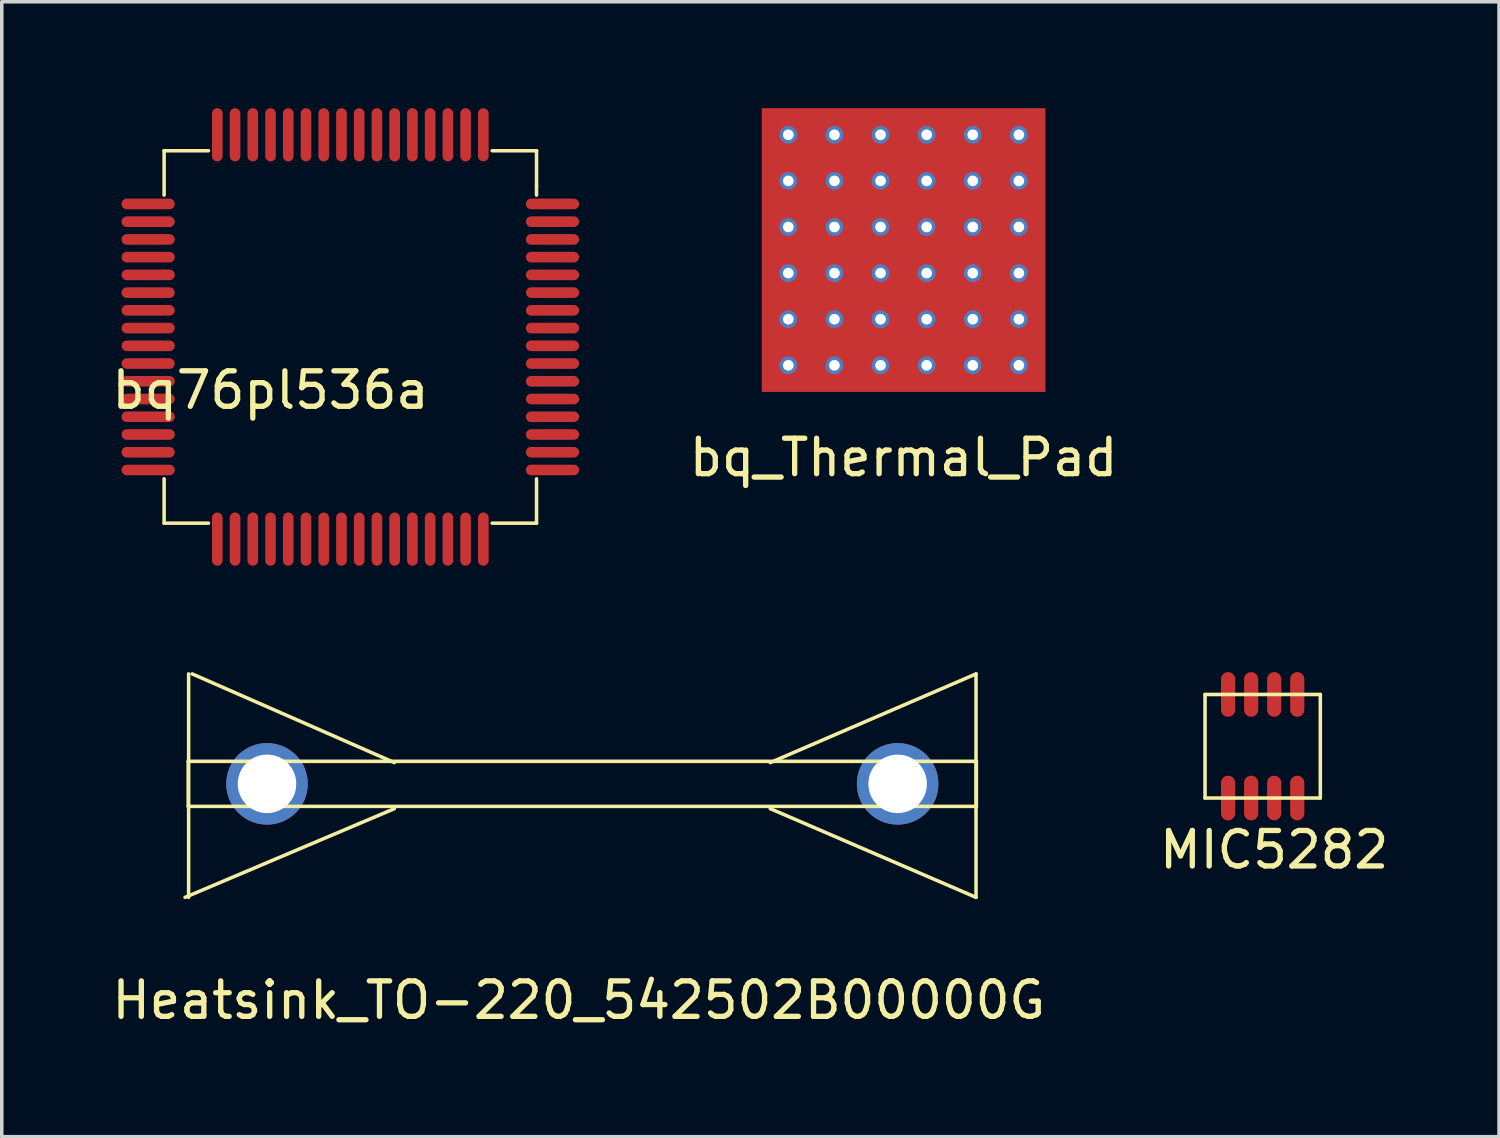
<source format=kicad_pcb>
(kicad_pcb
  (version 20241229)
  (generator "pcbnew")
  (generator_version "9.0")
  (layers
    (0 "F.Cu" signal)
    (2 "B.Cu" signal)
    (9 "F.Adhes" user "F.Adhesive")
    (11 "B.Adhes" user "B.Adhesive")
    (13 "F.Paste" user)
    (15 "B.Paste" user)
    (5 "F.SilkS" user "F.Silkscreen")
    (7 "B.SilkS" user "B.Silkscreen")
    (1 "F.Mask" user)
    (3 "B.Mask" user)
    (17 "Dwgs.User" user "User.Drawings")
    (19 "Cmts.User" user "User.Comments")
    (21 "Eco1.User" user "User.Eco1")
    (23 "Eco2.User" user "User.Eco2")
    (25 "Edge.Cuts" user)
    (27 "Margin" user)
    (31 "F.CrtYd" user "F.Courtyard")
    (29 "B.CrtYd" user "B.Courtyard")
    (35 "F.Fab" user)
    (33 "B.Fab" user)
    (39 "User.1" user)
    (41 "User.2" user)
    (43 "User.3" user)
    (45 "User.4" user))
  (footprint "bq_Thermal_Pad"
    (layer "F.Cu")
    (at 22.426 4)
    (property "Reference" "bq_Thermal_Pad" (at 0 5.85 0) (layer "F.SilkS") (effects (font (size 1 1) (thickness 0.15))))
    (attr through_hole)
    (pad "1" thru_hole circle (at -3.25 -3.25) (size 0.5 0.5) (drill 0.3) (layers "*.Cu" "*.Mask"))
    (pad "1" thru_hole circle (at -1.95 -3.25) (size 0.5 0.5) (drill 0.3) (layers "*.Cu" "*.Mask"))
    (pad "1" thru_hole circle (at -0.65 -3.25) (size 0.5 0.5) (drill 0.3) (layers "*.Cu" "*.Mask"))
    (pad "1" smd rect (at 0 0) (size 8 8) (layers "F.Cu" "F.Mask" "F.Paste"))
    (pad "1" thru_hole circle (at 0.65 -3.25) (size 0.5 0.5) (drill 0.3) (layers "*.Cu" "*.Mask"))
    (pad "1" thru_hole circle (at 1.95 -3.25) (size 0.5 0.5) (drill 0.3) (layers "*.Cu" "*.Mask"))
    (pad "12" thru_hole circle (at -3.25 -1.95) (size 0.5 0.5) (drill 0.3) (layers "*.Cu" "*.Mask"))
    (pad "13" thru_hole circle (at -3.25 -0.65) (size 0.5 0.5) (drill 0.3) (layers "*.Cu" "*.Mask"))
    (pad "14" thru_hole circle (at -3.25 0.65) (size 0.5 0.5) (drill 0.3) (layers "*.Cu" "*.Mask"))
    (pad "15" thru_hole circle (at -3.25 1.95) (size 0.5 0.5) (drill 0.3) (layers "*.Cu" "*.Mask"))
    (pad "16" thru_hole circle (at -3.25 3.25) (size 0.5 0.5) (drill 0.3) (layers "*.Cu" "*.Mask"))
    (pad "22" thru_hole circle (at -1.95 -1.95) (size 0.5 0.5) (drill 0.3) (layers "*.Cu" "*.Mask"))
    (pad "23" thru_hole circle (at -1.95 -0.65) (size 0.5 0.5) (drill 0.3) (layers "*.Cu" "*.Mask"))
    (pad "24" thru_hole circle (at -1.95 0.65) (size 0.5 0.5) (drill 0.3) (layers "*.Cu" "*.Mask"))
    (pad "25" thru_hole circle (at -1.95 1.95) (size 0.5 0.5) (drill 0.3) (layers "*.Cu" "*.Mask"))
    (pad "26" thru_hole circle (at -1.95 3.25) (size 0.5 0.5) (drill 0.3) (layers "*.Cu" "*.Mask"))
    (pad "32" thru_hole circle (at -0.65 -1.95) (size 0.5 0.5) (drill 0.3) (layers "*.Cu" "*.Mask"))
    (pad "33" thru_hole circle (at -0.65 -0.65) (size 0.5 0.5) (drill 0.3) (layers "*.Cu" "*.Mask"))
    (pad "34" thru_hole circle (at -0.65 0.65) (size 0.5 0.5) (drill 0.3) (layers "*.Cu" "*.Mask"))
    (pad "35" thru_hole circle (at -0.65 1.95) (size 0.5 0.5) (drill 0.3) (layers "*.Cu" "*.Mask"))
    (pad "36" thru_hole circle (at -0.65 3.25) (size 0.5 0.5) (drill 0.3) (layers "*.Cu" "*.Mask"))
    (pad "42" thru_hole circle (at 0.65 -1.95) (size 0.5 0.5) (drill 0.3) (layers "*.Cu" "*.Mask"))
    (pad "43" thru_hole circle (at 0.65 -0.65) (size 0.5 0.5) (drill 0.3) (layers "*.Cu" "*.Mask"))
    (pad "44" thru_hole circle (at 0.65 0.65) (size 0.5 0.5) (drill 0.3) (layers "*.Cu" "*.Mask"))
    (pad "45" thru_hole circle (at 0.65 1.95) (size 0.5 0.5) (drill 0.3) (layers "*.Cu" "*.Mask"))
    (pad "46" thru_hole circle (at 0.65 3.25) (size 0.5 0.5) (drill 0.3) (layers "*.Cu" "*.Mask"))
    (pad "52" thru_hole circle (at 1.95 -1.95) (size 0.5 0.5) (drill 0.3) (layers "*.Cu" "*.Mask"))
    (pad "53" thru_hole circle (at 1.95 -0.65) (size 0.5 0.5) (drill 0.3) (layers "*.Cu" "*.Mask"))
    (pad "54" thru_hole circle (at 1.95 0.65) (size 0.5 0.5) (drill 0.3) (layers "*.Cu" "*.Mask"))
    (pad "55" thru_hole circle (at 1.95 1.95) (size 0.5 0.5) (drill 0.3) (layers "*.Cu" "*.Mask"))
    (pad "56" thru_hole circle (at 1.95 3.25) (size 0.5 0.5) (drill 0.3) (layers "*.Cu" "*.Mask"))
    (pad "61" thru_hole circle (at 3.25 -3.25) (size 0.5 0.5) (drill 0.3) (layers "*.Cu" "*.Mask"))
    (pad "62" thru_hole circle (at 3.25 -1.95) (size 0.5 0.5) (drill 0.3) (layers "*.Cu" "*.Mask"))
    (pad "63" thru_hole circle (at 3.25 -0.65) (size 0.5 0.5) (drill 0.3) (layers "*.Cu" "*.Mask"))
    (pad "64" thru_hole circle (at 3.25 0.65) (size 0.5 0.5) (drill 0.3) (layers "*.Cu" "*.Mask"))
    (pad "65" thru_hole circle (at 3.25 1.95) (size 0.5 0.5) (drill 0.3) (layers "*.Cu" "*.Mask"))
    (pad "66" thru_hole circle (at 3.25 3.25) (size 0.5 0.5) (drill 0.3) (layers "*.Cu" "*.Mask")))
  (footprint "bq76pl536a"
    (layer "F.Cu")
    (at 6.827 6.45)
    (property "Reference" "bq76pl536a" (at -2.25 1.5 0) (layer "F.SilkS") (effects (font (size 1 1) (thickness 0.15))))
    (attr through_hole)
    (fp_line (start -5.25 -5.25) (end -5.25 -4) (stroke (width 0.1) (type solid)) (layer "F.SilkS"))
    (fp_line (start -5.25 5.25) (end -5.25 4) (stroke (width 0.1) (type solid)) (layer "F.SilkS"))
    (fp_line (start -4 -5.25) (end -5.25 -5.25) (stroke (width 0.1) (type solid)) (layer "F.SilkS"))
    (fp_line (start -4 5.25) (end -5.25 5.25) (stroke (width 0.1) (type solid)) (layer "F.SilkS"))
    (fp_line (start 4 -5.25) (end 5.25 -5.25) (stroke (width 0.1) (type solid)) (layer "F.SilkS"))
    (fp_line (start 5.25 -4.25) (end 5.25 -5.25) (stroke (width 0.1) (type solid)) (layer "F.SilkS"))
    (fp_line (start 5.25 -4.25) (end 5.25 -4) (stroke (width 0.1) (type solid)) (layer "F.SilkS"))
    (fp_line (start 5.25 4) (end 5.25 5.25) (stroke (width 0.1) (type solid)) (layer "F.SilkS"))
    (fp_line (start 5.25 5.25) (end 4 5.25) (stroke (width 0.1) (type solid)) (layer "F.SilkS"))
    (pad "1" smd oval (at -5.7 -3.75) (size 1.5 0.3) (layers "F.Cu" "F.Mask" "F.Paste"))
    (pad "2" smd oval (at -5.7 -3.25) (size 1.5 0.3) (layers "F.Cu" "F.Mask" "F.Paste"))
    (pad "3" smd oval (at -5.7 -2.75) (size 1.5 0.3) (layers "F.Cu" "F.Mask" "F.Paste"))
    (pad "4" smd oval (at -5.7 -2.25) (size 1.5 0.3) (layers "F.Cu" "F.Mask" "F.Paste"))
    (pad "5" smd oval (at -5.7 -1.75) (size 1.5 0.3) (layers "F.Cu" "F.Mask" "F.Paste"))
    (pad "6" smd oval (at -5.7 -1.25) (size 1.5 0.3) (layers "F.Cu" "F.Mask" "F.Paste"))
    (pad "7" smd oval (at -5.7 -0.75) (size 1.5 0.3) (layers "F.Cu" "F.Mask" "F.Paste"))
    (pad "8" smd oval (at -5.7 -0.25) (size 1.5 0.3) (layers "F.Cu" "F.Mask" "F.Paste"))
    (pad "9" smd oval (at -5.7 0.25) (size 1.5 0.3) (layers "F.Cu" "F.Mask" "F.Paste"))
    (pad "10" smd oval (at -5.7 0.75) (size 1.5 0.3) (layers "F.Cu" "F.Mask" "F.Paste"))
    (pad "11" smd oval (at -5.7 1.25) (size 1.5 0.3) (layers "F.Cu" "F.Mask" "F.Paste"))
    (pad "12" smd oval (at -5.7 1.75) (size 1.5 0.3) (layers "F.Cu" "F.Mask" "F.Paste"))
    (pad "13" smd oval (at -5.7 2.25) (size 1.5 0.3) (layers "F.Cu" "F.Mask" "F.Paste"))
    (pad "14" smd oval (at -5.7 2.75) (size 1.5 0.3) (layers "F.Cu" "F.Mask" "F.Paste"))
    (pad "15" smd oval (at -5.7 3.25) (size 1.5 0.3) (layers "F.Cu" "F.Mask" "F.Paste"))
    (pad "16" smd oval (at -5.7 3.75) (size 1.5 0.3) (layers "F.Cu" "F.Mask" "F.Paste"))
    (pad "17" smd oval (at -3.75 5.7) (size 0.3 1.5) (layers "F.Cu" "F.Mask" "F.Paste"))
    (pad "18" smd oval (at -3.25 5.7) (size 0.3 1.5) (layers "F.Cu" "F.Mask" "F.Paste"))
    (pad "19" smd oval (at -2.75 5.7) (size 0.3 1.5) (layers "F.Cu" "F.Mask" "F.Paste"))
    (pad "20" smd oval (at -2.25 5.7) (size 0.3 1.5) (layers "F.Cu" "F.Mask" "F.Paste"))
    (pad "21" smd oval (at -1.75 5.7) (size 0.3 1.5) (layers "F.Cu" "F.Mask" "F.Paste"))
    (pad "22" smd oval (at -1.25 5.7) (size 0.3 1.5) (layers "F.Cu" "F.Mask" "F.Paste"))
    (pad "23" smd oval (at -0.75 5.7) (size 0.3 1.5) (layers "F.Cu" "F.Mask" "F.Paste"))
    (pad "24" smd oval (at -0.25 5.7) (size 0.3 1.5) (layers "F.Cu" "F.Mask" "F.Paste"))
    (pad "25" smd oval (at 0.25 5.7) (size 0.3 1.5) (layers "F.Cu" "F.Mask" "F.Paste"))
    (pad "26" smd oval (at 0.75 5.7) (size 0.3 1.5) (layers "F.Cu" "F.Mask" "F.Paste"))
    (pad "27" smd oval (at 1.25 5.7) (size 0.3 1.5) (layers "F.Cu" "F.Mask" "F.Paste"))
    (pad "28" smd oval (at 1.75 5.7) (size 0.3 1.5) (layers "F.Cu" "F.Mask" "F.Paste"))
    (pad "29" smd oval (at 2.25 5.7) (size 0.3 1.5) (layers "F.Cu" "F.Mask" "F.Paste"))
    (pad "30" smd oval (at 2.75 5.7) (size 0.3 1.5) (layers "F.Cu" "F.Mask" "F.Paste"))
    (pad "31" smd oval (at 3.25 5.7) (size 0.3 1.5) (layers "F.Cu" "F.Mask" "F.Paste"))
    (pad "32" smd oval (at 3.75 5.7) (size 0.3 1.5) (layers "F.Cu" "F.Mask" "F.Paste"))
    (pad "33" smd oval (at 5.7 3.75) (size 1.5 0.3) (layers "F.Cu" "F.Mask" "F.Paste"))
    (pad "34" smd oval (at 5.7 3.25) (size 1.5 0.3) (layers "F.Cu" "F.Mask" "F.Paste"))
    (pad "35" smd oval (at 5.7 2.75) (size 1.5 0.3) (layers "F.Cu" "F.Mask" "F.Paste"))
    (pad "36" smd oval (at 5.7 2.25) (size 1.5 0.3) (layers "F.Cu" "F.Mask" "F.Paste"))
    (pad "37" smd oval (at 5.7 1.75) (size 1.5 0.3) (layers "F.Cu" "F.Mask" "F.Paste"))
    (pad "38" smd oval (at 5.7 1.25) (size 1.5 0.3) (layers "F.Cu" "F.Mask" "F.Paste"))
    (pad "39" smd oval (at 5.7 0.75) (size 1.5 0.3) (layers "F.Cu" "F.Mask" "F.Paste"))
    (pad "40" smd oval (at 5.7 0.25) (size 1.5 0.3) (layers "F.Cu" "F.Mask" "F.Paste"))
    (pad "41" smd oval (at 5.7 -0.25) (size 1.5 0.3) (layers "F.Cu" "F.Mask" "F.Paste"))
    (pad "42" smd oval (at 5.7 -0.75) (size 1.5 0.3) (layers "F.Cu" "F.Mask" "F.Paste"))
    (pad "43" smd oval (at 5.7 -1.25) (size 1.5 0.3) (layers "F.Cu" "F.Mask" "F.Paste"))
    (pad "44" smd oval (at 5.7 -1.75) (size 1.5 0.3) (layers "F.Cu" "F.Mask" "F.Paste"))
    (pad "45" smd oval (at 5.7 -2.25) (size 1.5 0.3) (layers "F.Cu" "F.Mask" "F.Paste"))
    (pad "46" smd oval (at 5.7 -2.75) (size 1.5 0.3) (layers "F.Cu" "F.Mask" "F.Paste"))
    (pad "47" smd oval (at 5.7 -3.25) (size 1.5 0.3) (layers "F.Cu" "F.Mask" "F.Paste"))
    (pad "48" smd oval (at 5.7 -3.75) (size 1.5 0.3) (layers "F.Cu" "F.Mask" "F.Paste"))
    (pad "49" smd oval (at 3.75 -5.7) (size 0.3 1.5) (layers "F.Cu" "F.Mask" "F.Paste"))
    (pad "50" smd oval (at 3.25 -5.7) (size 0.3 1.5) (layers "F.Cu" "F.Mask" "F.Paste"))
    (pad "51" smd oval (at 2.75 -5.7) (size 0.3 1.5) (layers "F.Cu" "F.Mask" "F.Paste"))
    (pad "52" smd oval (at 2.25 -5.7) (size 0.3 1.5) (layers "F.Cu" "F.Mask" "F.Paste"))
    (pad "53" smd oval (at 1.75 -5.7) (size 0.3 1.5) (layers "F.Cu" "F.Mask" "F.Paste"))
    (pad "54" smd oval (at 1.25 -5.7) (size 0.3 1.5) (layers "F.Cu" "F.Mask" "F.Paste"))
    (pad "55" smd oval (at 0.75 -5.7) (size 0.3 1.5) (layers "F.Cu" "F.Mask" "F.Paste"))
    (pad "56" smd oval (at 0.25 -5.7) (size 0.3 1.5) (layers "F.Cu" "F.Mask" "F.Paste"))
    (pad "57" smd oval (at -0.25 -5.7) (size 0.3 1.5) (layers "F.Cu" "F.Mask" "F.Paste"))
    (pad "58" smd oval (at -0.75 -5.7) (size 0.3 1.5) (layers "F.Cu" "F.Mask" "F.Paste"))
    (pad "59" smd oval (at -1.25 -5.7) (size 0.3 1.5) (layers "F.Cu" "F.Mask" "F.Paste"))
    (pad "60" smd oval (at -1.75 -5.7) (size 0.3 1.5) (layers "F.Cu" "F.Mask" "F.Paste"))
    (pad "61" smd oval (at -2.25 -5.7) (size 0.3 1.5) (layers "F.Cu" "F.Mask" "F.Paste"))
    (pad "62" smd oval (at -2.75 -5.7) (size 0.3 1.5) (layers "F.Cu" "F.Mask" "F.Paste"))
    (pad "63" smd oval (at -3.25 -5.7) (size 0.3 1.5) (layers "F.Cu" "F.Mask" "F.Paste"))
    (pad "64" smd oval (at -3.75 -5.7) (size 0.3 1.5) (layers "F.Cu" "F.Mask" "F.Paste")))
  (footprint "MIC5282"
    (layer "F.Cu")
    (at 32.55 17.99)
    (property "Reference" "MIC5282" (at 0.325 2.92 0) (layer "F.SilkS") (effects (font (size 1 1) (thickness 0.15))))
    (attr through_hole)
    (fp_line (start -1.625 -1.46) (end 1.625 -1.46) (stroke (width 0.1) (type solid)) (layer "F.SilkS"))
    (fp_line (start -1.625 1.46) (end -1.625 -1.46) (stroke (width 0.1) (type solid)) (layer "F.SilkS"))
    (fp_line (start 1.625 -1.46) (end 1.625 1.46) (stroke (width 0.1) (type solid)) (layer "F.SilkS"))
    (fp_line (start 1.625 1.46) (end -1.625 1.46) (stroke (width 0.1) (type solid)) (layer "F.SilkS"))
    (pad "1" smd oval (at -0.975 1.46) (size 0.4 1.26) (layers "F.Cu" "F.Mask" "F.Paste"))
    (pad "2" smd oval (at -0.325 1.46) (size 0.4 1.26) (layers "F.Cu" "F.Mask" "F.Paste"))
    (pad "3" smd oval (at 0.325 1.46) (size 0.4 1.26) (layers "F.Cu" "F.Mask" "F.Paste"))
    (pad "4" smd oval (at 0.975 1.46) (size 0.4 1.26) (layers "F.Cu" "F.Mask" "F.Paste"))
    (pad "5" smd oval (at 0.975 -1.46) (size 0.4 1.26) (layers "F.Cu" "F.Mask" "F.Paste"))
    (pad "6" smd oval (at 0.325 -1.46) (size 0.4 1.26) (layers "F.Cu" "F.Mask" "F.Paste"))
    (pad "7" smd oval (at -0.325 -1.46) (size 0.4 1.26) (layers "F.Cu" "F.Mask" "F.Paste"))
    (pad "8" smd oval (at -0.975 -1.46) (size 0.4 1.26) (layers "F.Cu" "F.Mask" "F.Paste")))
  (footprint "Heatsink_TO-220_542502B00000G"
    (layer "F.Cu")
    (at 13.368 19.05)
    (property "Reference" "Heatsink_TO-220_542502B00000G" (at -0.1 6.1 0) (layer "F.SilkS") (effects (font (size 1 1) (thickness 0.15))))
    (attr through_hole)
    (fp_line (start -11.11 -0.635) (end -11.11 0.635) (stroke (width 0.1) (type solid)) (layer "F.SilkS"))
    (fp_line (start -11.11 0.635) (end 11.11 0.635) (stroke (width 0.1) (type solid)) (layer "F.SilkS"))
    (fp_line (start -11.1 -3.1) (end -11.1 3.2) (stroke (width 0.1) (type solid)) (layer "F.SilkS"))
    (fp_line (start -11 -3.1) (end -5.3 -0.6) (stroke (width 0.1) (type solid)) (layer "F.SilkS"))
    (fp_line (start -5.3 0.7) (end -11.2 3.2) (stroke (width 0.1) (type solid)) (layer "F.SilkS"))
    (fp_line (start 5.3 -0.6) (end 11.1 -3.1) (stroke (width 0.1) (type solid)) (layer "F.SilkS"))
    (fp_line (start 11.1 -3.1) (end 11.1 3.2) (stroke (width 0.1) (type solid)) (layer "F.SilkS"))
    (fp_line (start 11.1 3.2) (end 5.3 0.7) (stroke (width 0.1) (type solid)) (layer "F.SilkS"))
    (fp_line (start 11.11 -0.635) (end -11.11 -0.635) (stroke (width 0.1) (type solid)) (layer "F.SilkS"))
    (fp_line (start 11.11 0.635) (end 11.11 -0.635) (stroke (width 0.1) (type solid)) (layer "F.SilkS"))
    (pad "Gnd" thru_hole circle (at -8.89 0) (size 2.3 2.3) (drill 1.65) (layers "*.Cu" "*.Mask"))
    (pad "Gnd" thru_hole circle (at 8.89 0) (size 2.3 2.3) (drill 1.65) (layers "*.Cu" "*.Mask")))
  (gr_rect
    (start -3 -3)
    (end 39.214 28.998)
    (stroke (width 0.1) (type default))
    (fill no)
    (layer "Edge.Cuts")))
</source>
